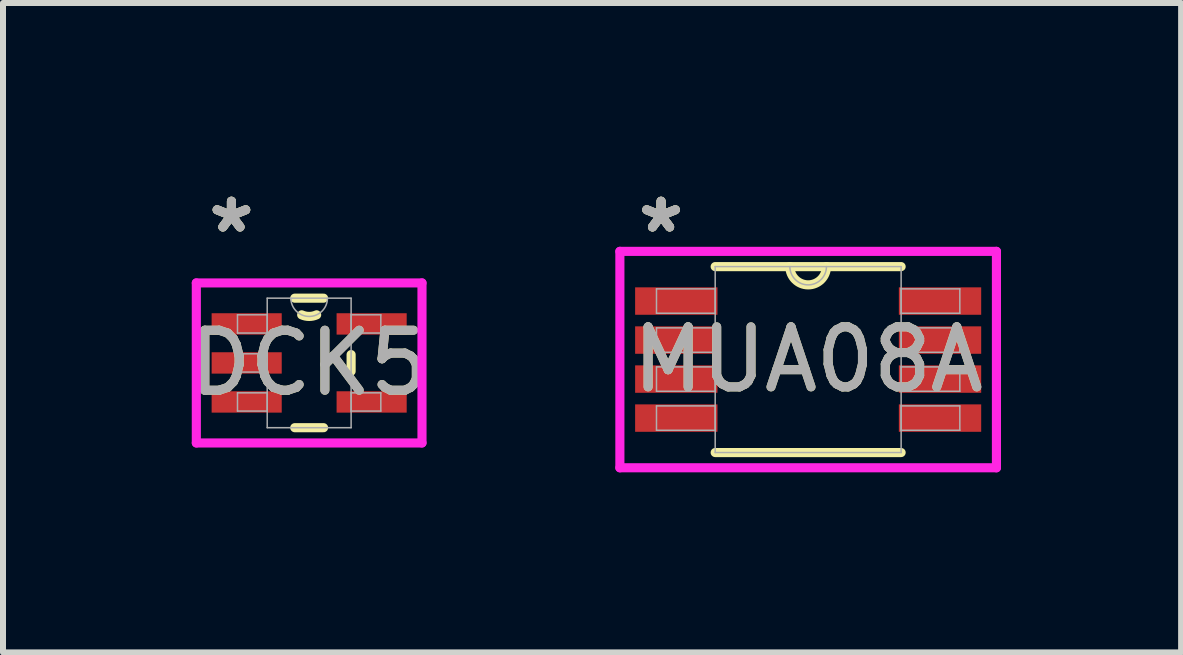
<source format=kicad_pcb>
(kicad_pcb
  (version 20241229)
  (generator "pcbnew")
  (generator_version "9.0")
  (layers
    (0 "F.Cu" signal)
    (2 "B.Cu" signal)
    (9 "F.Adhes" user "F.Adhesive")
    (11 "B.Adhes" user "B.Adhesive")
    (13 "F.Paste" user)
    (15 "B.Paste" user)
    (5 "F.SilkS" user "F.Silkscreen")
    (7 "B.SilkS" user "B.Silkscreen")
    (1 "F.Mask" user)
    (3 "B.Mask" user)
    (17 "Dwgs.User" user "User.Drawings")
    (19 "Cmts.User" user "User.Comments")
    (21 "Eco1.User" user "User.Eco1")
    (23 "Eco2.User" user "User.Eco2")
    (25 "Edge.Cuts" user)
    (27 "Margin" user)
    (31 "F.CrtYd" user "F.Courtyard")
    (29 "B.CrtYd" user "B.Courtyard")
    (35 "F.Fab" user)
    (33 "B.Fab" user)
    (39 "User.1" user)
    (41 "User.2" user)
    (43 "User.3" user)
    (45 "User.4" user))
  (footprint "MUA08A"
    (layer "F.Cu")
    (at 10.415 2.941)
    (property "Reference" "MUA08A" (at 0 0 0) (unlocked yes) (layer "F.SilkS") (effects (font (size 1 1) (thickness 0.15))))
    (attr smd)
    (fp_line (start -1.549 1.549) (end 1.549 1.549) (stroke (width 0.152) (type solid)) (layer "F.SilkS"))
    (fp_line (start 1.549 -1.549) (end -1.549 -1.549) (stroke (width 0.152) (type solid)) (layer "F.SilkS"))
    (fp_arc (start 0.3048 -1.5494) (mid 0 -1.2446) (end -0.3048 -1.5494) (stroke (width 0.1524) (type solid)) (layer "F.SilkS"))
    (fp_line (start -3.137 -1.803) (end 3.137 -1.803) (stroke (width 0.152) (type solid)) (layer "F.CrtYd"))
    (fp_line (start -3.137 1.803) (end -3.137 -1.803) (stroke (width 0.152) (type solid)) (layer "F.CrtYd"))
    (fp_line (start 3.137 -1.803) (end 3.137 1.803) (stroke (width 0.152) (type solid)) (layer "F.CrtYd"))
    (fp_line (start 3.137 1.803) (end -3.137 1.803) (stroke (width 0.152) (type solid)) (layer "F.CrtYd"))
    (fp_line (start -2.527 -1.178) (end -2.527 -0.772) (stroke (width 0.025) (type solid)) (layer "F.Fab"))
    (fp_line (start -2.527 -0.772) (end -1.549 -0.772) (stroke (width 0.025) (type solid)) (layer "F.Fab"))
    (fp_line (start -2.527 -0.528) (end -2.527 -0.122) (stroke (width 0.025) (type solid)) (layer "F.Fab"))
    (fp_line (start -2.527 -0.122) (end -1.549 -0.122) (stroke (width 0.025) (type solid)) (layer "F.Fab"))
    (fp_line (start -2.527 0.122) (end -2.527 0.528) (stroke (width 0.025) (type solid)) (layer "F.Fab"))
    (fp_line (start -2.527 0.528) (end -1.549 0.528) (stroke (width 0.025) (type solid)) (layer "F.Fab"))
    (fp_line (start -2.527 0.772) (end -2.527 1.178) (stroke (width 0.025) (type solid)) (layer "F.Fab"))
    (fp_line (start -2.527 1.178) (end -1.549 1.178) (stroke (width 0.025) (type solid)) (layer "F.Fab"))
    (fp_line (start -1.549 -1.549) (end -1.549 1.549) (stroke (width 0.025) (type solid)) (layer "F.Fab"))
    (fp_line (start -1.549 -1.178) (end -2.527 -1.178) (stroke (width 0.025) (type solid)) (layer "F.Fab"))
    (fp_line (start -1.549 -0.772) (end -1.549 -1.178) (stroke (width 0.025) (type solid)) (layer "F.Fab"))
    (fp_line (start -1.549 -0.528) (end -2.527 -0.528) (stroke (width 0.025) (type solid)) (layer "F.Fab"))
    (fp_line (start -1.549 -0.122) (end -1.549 -0.528) (stroke (width 0.025) (type solid)) (layer "F.Fab"))
    (fp_line (start -1.549 0.122) (end -2.527 0.122) (stroke (width 0.025) (type solid)) (layer "F.Fab"))
    (fp_line (start -1.549 0.528) (end -1.549 0.122) (stroke (width 0.025) (type solid)) (layer "F.Fab"))
    (fp_line (start -1.549 0.772) (end -2.527 0.772) (stroke (width 0.025) (type solid)) (layer "F.Fab"))
    (fp_line (start -1.549 1.178) (end -1.549 0.772) (stroke (width 0.025) (type solid)) (layer "F.Fab"))
    (fp_line (start -1.549 1.549) (end 1.549 1.549) (stroke (width 0.025) (type solid)) (layer "F.Fab"))
    (fp_line (start 1.549 -1.549) (end -1.549 -1.549) (stroke (width 0.025) (type solid)) (layer "F.Fab"))
    (fp_line (start 1.549 -1.178) (end 1.549 -0.772) (stroke (width 0.025) (type solid)) (layer "F.Fab"))
    (fp_line (start 1.549 -0.772) (end 2.527 -0.772) (stroke (width 0.025) (type solid)) (layer "F.Fab"))
    (fp_line (start 1.549 -0.528) (end 1.549 -0.122) (stroke (width 0.025) (type solid)) (layer "F.Fab"))
    (fp_line (start 1.549 -0.122) (end 2.527 -0.122) (stroke (width 0.025) (type solid)) (layer "F.Fab"))
    (fp_line (start 1.549 0.122) (end 1.549 0.528) (stroke (width 0.025) (type solid)) (layer "F.Fab"))
    (fp_line (start 1.549 0.528) (end 2.527 0.528) (stroke (width 0.025) (type solid)) (layer "F.Fab"))
    (fp_line (start 1.549 0.772) (end 1.549 1.178) (stroke (width 0.025) (type solid)) (layer "F.Fab"))
    (fp_line (start 1.549 1.178) (end 2.527 1.178) (stroke (width 0.025) (type solid)) (layer "F.Fab"))
    (fp_line (start 1.549 1.549) (end 1.549 -1.549) (stroke (width 0.025) (type solid)) (layer "F.Fab"))
    (fp_line (start 2.527 -1.178) (end 1.549 -1.178) (stroke (width 0.025) (type solid)) (layer "F.Fab"))
    (fp_line (start 2.527 -0.772) (end 2.527 -1.178) (stroke (width 0.025) (type solid)) (layer "F.Fab"))
    (fp_line (start 2.527 -0.528) (end 1.549 -0.528) (stroke (width 0.025) (type solid)) (layer "F.Fab"))
    (fp_line (start 2.527 -0.122) (end 2.527 -0.528) (stroke (width 0.025) (type solid)) (layer "F.Fab"))
    (fp_line (start 2.527 0.122) (end 1.549 0.122) (stroke (width 0.025) (type solid)) (layer "F.Fab"))
    (fp_line (start 2.527 0.528) (end 2.527 0.122) (stroke (width 0.025) (type solid)) (layer "F.Fab"))
    (fp_line (start 2.527 0.772) (end 1.549 0.772) (stroke (width 0.025) (type solid)) (layer "F.Fab"))
    (fp_line (start 2.527 1.178) (end 2.527 0.772) (stroke (width 0.025) (type solid)) (layer "F.Fab"))
    (fp_arc (start 0.3048 -1.5494) (mid 0 -1.2446) (end -0.3048 -1.5494) (stroke (width 0.0254) (type solid)) (layer "F.Fab"))
    (fp_text user "*" (at -2.451 -2.093 0) (unlocked yes) (layer "F.SilkS") (effects (font (size 1 1) (thickness 0.15))))
    (fp_text user "*" (at -2.451 -2.093 0) (layer "F.SilkS") (effects (font (size 1 1) (thickness 0.15))))
    (fp_text user "*" (at -2.451 -2.093 0) (layer "F.Fab") (effects (font (size 1 1) (thickness 0.15))))
    (fp_text user "${REFERENCE}" (at 0 0 0) (unlocked yes) (layer "F.Fab") (effects (font (size 1 1) (thickness 0.15))))
    (fp_text user "*" (at -2.451 -2.093 0) (unlocked yes) (layer "F.Fab") (effects (font (size 1 1) (thickness 0.15))))
    (pad "1" smd rect (at -2.197 -0.975) (size 1.372 0.457) (layers "F.Cu" "F.Mask" "F.Paste"))
    (pad "2" smd rect (at -2.197 -0.325) (size 1.372 0.457) (layers "F.Cu" "F.Mask" "F.Paste"))
    (pad "3" smd rect (at -2.197 0.325) (size 1.372 0.457) (layers "F.Cu" "F.Mask" "F.Paste"))
    (pad "4" smd rect (at -2.197 0.975) (size 1.372 0.457) (layers "F.Cu" "F.Mask" "F.Paste"))
    (pad "5" smd rect (at 2.197 0.975) (size 1.372 0.457) (layers "F.Cu" "F.Mask" "F.Paste"))
    (pad "6" smd rect (at 2.197 0.325) (size 1.372 0.457) (layers "F.Cu" "F.Mask" "F.Paste"))
    (pad "7" smd rect (at 2.197 -0.325) (size 1.372 0.457) (layers "F.Cu" "F.Mask" "F.Paste"))
    (pad "8" smd rect (at 2.197 -0.975) (size 1.372 0.457) (layers "F.Cu" "F.Mask" "F.Paste")))
  (footprint "DCK5"
    (layer "F.Cu")
    (at 2.101 2.997)
    (property "Reference" "DCK5" (at 0 0 0) (unlocked yes) (layer "F.SilkS") (effects (font (size 1 1) (thickness 0.15))))
    (attr smd)
    (fp_line (start -0.24 1.079) (end 0.24 1.079) (stroke (width 0.152) (type solid)) (layer "F.SilkS"))
    (fp_line (start 0.24 -1.079) (end -0.24 -1.079) (stroke (width 0.152) (type solid)) (layer "F.SilkS"))
    (fp_line (start 0.699 0.139) (end 0.699 -0.139) (stroke (width 0.152) (type solid)) (layer "F.SilkS"))
    (fp_arc (start 0.12446 -0.801269) (mid 0 -0.7747) (end -0.12446 -0.801269) (stroke (width 0.1524) (type solid)) (layer "F.SilkS"))
    (fp_line (start -1.88 -1.333) (end 1.88 -1.333) (stroke (width 0.152) (type solid)) (layer "F.CrtYd"))
    (fp_line (start -1.88 1.333) (end -1.88 -1.333) (stroke (width 0.152) (type solid)) (layer "F.CrtYd"))
    (fp_line (start 1.88 -1.333) (end 1.88 1.333) (stroke (width 0.152) (type solid)) (layer "F.CrtYd"))
    (fp_line (start 1.88 1.333) (end -1.88 1.333) (stroke (width 0.152) (type solid)) (layer "F.CrtYd"))
    (fp_line (start -1.194 -0.802) (end -1.194 -0.498) (stroke (width 0.025) (type solid)) (layer "F.Fab"))
    (fp_line (start -1.194 -0.498) (end -0.699 -0.498) (stroke (width 0.025) (type solid)) (layer "F.Fab"))
    (fp_line (start -1.194 -0.152) (end -1.194 0.152) (stroke (width 0.025) (type solid)) (layer "F.Fab"))
    (fp_line (start -1.194 0.152) (end -0.699 0.152) (stroke (width 0.025) (type solid)) (layer "F.Fab"))
    (fp_line (start -1.194 0.498) (end -1.194 0.802) (stroke (width 0.025) (type solid)) (layer "F.Fab"))
    (fp_line (start -1.194 0.802) (end -0.699 0.802) (stroke (width 0.025) (type solid)) (layer "F.Fab"))
    (fp_line (start -0.699 -1.079) (end -0.699 1.079) (stroke (width 0.025) (type solid)) (layer "F.Fab"))
    (fp_line (start -0.699 -0.802) (end -1.194 -0.802) (stroke (width 0.025) (type solid)) (layer "F.Fab"))
    (fp_line (start -0.699 -0.498) (end -0.699 -0.802) (stroke (width 0.025) (type solid)) (layer "F.Fab"))
    (fp_line (start -0.699 -0.152) (end -1.194 -0.152) (stroke (width 0.025) (type solid)) (layer "F.Fab"))
    (fp_line (start -0.699 0.152) (end -0.699 -0.152) (stroke (width 0.025) (type solid)) (layer "F.Fab"))
    (fp_line (start -0.699 0.498) (end -1.194 0.498) (stroke (width 0.025) (type solid)) (layer "F.Fab"))
    (fp_line (start -0.699 0.802) (end -0.699 0.498) (stroke (width 0.025) (type solid)) (layer "F.Fab"))
    (fp_line (start -0.699 1.079) (end 0.699 1.079) (stroke (width 0.025) (type solid)) (layer "F.Fab"))
    (fp_line (start 0.699 -1.079) (end -0.699 -1.079) (stroke (width 0.025) (type solid)) (layer "F.Fab"))
    (fp_line (start 0.699 -0.802) (end 0.699 -0.498) (stroke (width 0.025) (type solid)) (layer "F.Fab"))
    (fp_line (start 0.699 -0.498) (end 1.194 -0.498) (stroke (width 0.025) (type solid)) (layer "F.Fab"))
    (fp_line (start 0.699 0.498) (end 0.699 0.802) (stroke (width 0.025) (type solid)) (layer "F.Fab"))
    (fp_line (start 0.699 0.802) (end 1.194 0.802) (stroke (width 0.025) (type solid)) (layer "F.Fab"))
    (fp_line (start 0.699 1.079) (end 0.699 -1.079) (stroke (width 0.025) (type solid)) (layer "F.Fab"))
    (fp_line (start 1.194 -0.802) (end 0.699 -0.802) (stroke (width 0.025) (type solid)) (layer "F.Fab"))
    (fp_line (start 1.194 -0.498) (end 1.194 -0.802) (stroke (width 0.025) (type solid)) (layer "F.Fab"))
    (fp_line (start 1.194 0.498) (end 0.699 0.498) (stroke (width 0.025) (type solid)) (layer "F.Fab"))
    (fp_line (start 1.194 0.802) (end 1.194 0.498) (stroke (width 0.025) (type solid)) (layer "F.Fab"))
    (fp_arc (start 0.3048 -1.0795) (mid 0 -0.7747) (end -0.3048 -1.0795) (stroke (width 0.0254) (type solid)) (layer "F.Fab"))
    (fp_text user "*" (at -1.295 -2.149 0) (layer "F.SilkS") (effects (font (size 1 1) (thickness 0.15))))
    (fp_text user "*" (at -1.295 -2.149 0) (unlocked yes) (layer "F.SilkS") (effects (font (size 1 1) (thickness 0.15))))
    (fp_text user "*" (at -1.295 -2.149 0) (layer "F.Fab") (effects (font (size 1 1) (thickness 0.15))))
    (fp_text user "${REFERENCE}" (at 0 0 0) (unlocked yes) (layer "F.Fab") (effects (font (size 1 1) (thickness 0.15))))
    (fp_text user "*" (at -1.295 -2.149 0) (unlocked yes) (layer "F.Fab") (effects (font (size 1 1) (thickness 0.15))))
    (pad "1" smd rect (at -1.041 -0.65) (size 1.168 0.356) (layers "F.Cu" "F.Mask" "F.Paste"))
    (pad "2" smd rect (at -1.041 0) (size 1.168 0.356) (layers "F.Cu" "F.Mask" "F.Paste"))
    (pad "3" smd rect (at -1.041 0.65) (size 1.168 0.356) (layers "F.Cu" "F.Mask" "F.Paste"))
    (pad "4" smd rect (at 1.041 0.65) (size 1.168 0.356) (layers "F.Cu" "F.Mask" "F.Paste"))
    (pad "5" smd rect (at 1.041 -0.65) (size 1.168 0.356) (layers "F.Cu" "F.Mask" "F.Paste")))
  (gr_rect
    (start -3 -3)
    (end 16.629 7.82)
    (stroke (width 0.1) (type default))
    (fill no)
    (layer "Edge.Cuts")))
</source>
